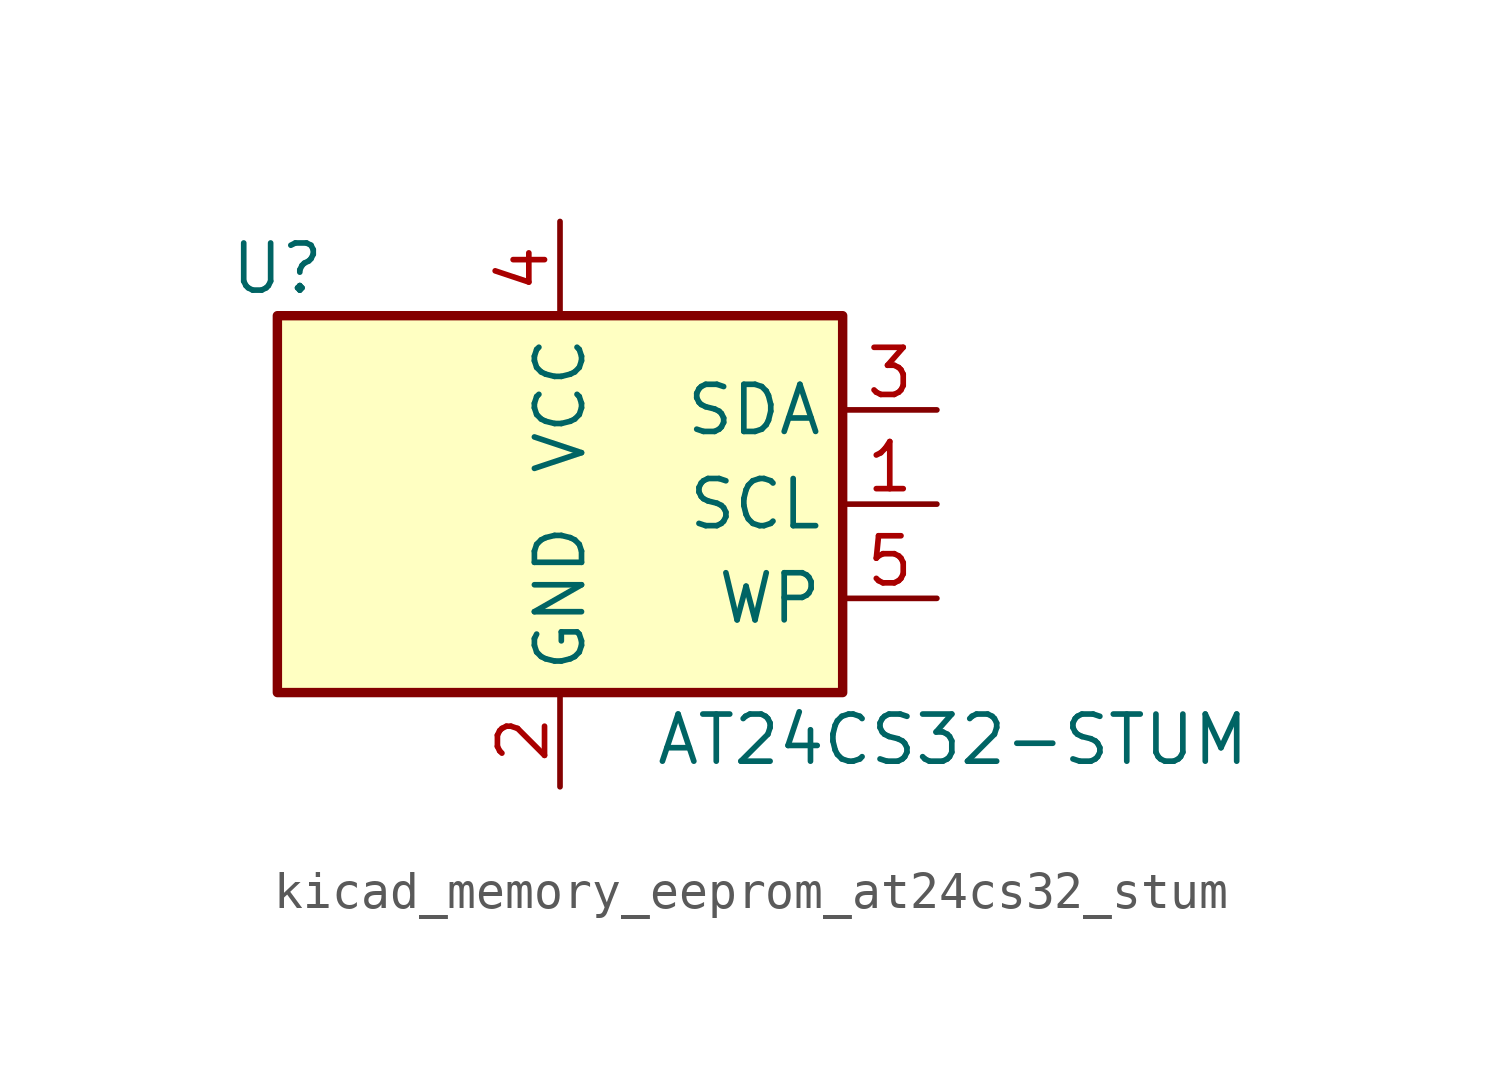
<source format=kicad_sym>
(kicad_symbol_lib
  (version 20220914)
  (generator kicad_symbol_editor)
  (symbol "kicad_memory_eeprom_at24cs32_stum"
    (property "Reference" "U"
      (at -7.62 6.35 0)
      (effects (font (size 1.27 1.27))))
    (property "Value" "AT24CS32-STUM"
      (at 2.54 -6.35 0)
      (effects (font (size 1.27 1.27)) (justify left)))
    (symbol "kicad_memory_eeprom_at24cs32_stum_1_1"
      (rectangle (start -7.62 5.08) (end 7.62 -5.08) (stroke (width 0.254) (type default)) (fill (type background)))
      (pin input line (at 10.16 0 180) (length 2.54) (name "SCL" (effects (font (size 1.27 1.27)))) (number "1" (effects (font (size 1.27 1.27)))))
      (pin power_in line (at 0 -7.62 90) (length 2.54) (name "GND" (effects (font (size 1.27 1.27)))) (number "2" (effects (font (size 1.27 1.27)))))
      (pin bidirectional line (at 10.16 2.54 180) (length 2.54) (name "SDA" (effects (font (size 1.27 1.27)))) (number "3" (effects (font (size 1.27 1.27)))))
      (pin power_in line (at 0 7.62 270) (length 2.54) (name "VCC" (effects (font (size 1.27 1.27)))) (number "4" (effects (font (size 1.27 1.27)))))
      (pin input line (at 10.16 -2.54 180) (length 2.54) (name "WP" (effects (font (size 1.27 1.27)))) (number "5" (effects (font (size 1.27 1.27))))))))
</source>
